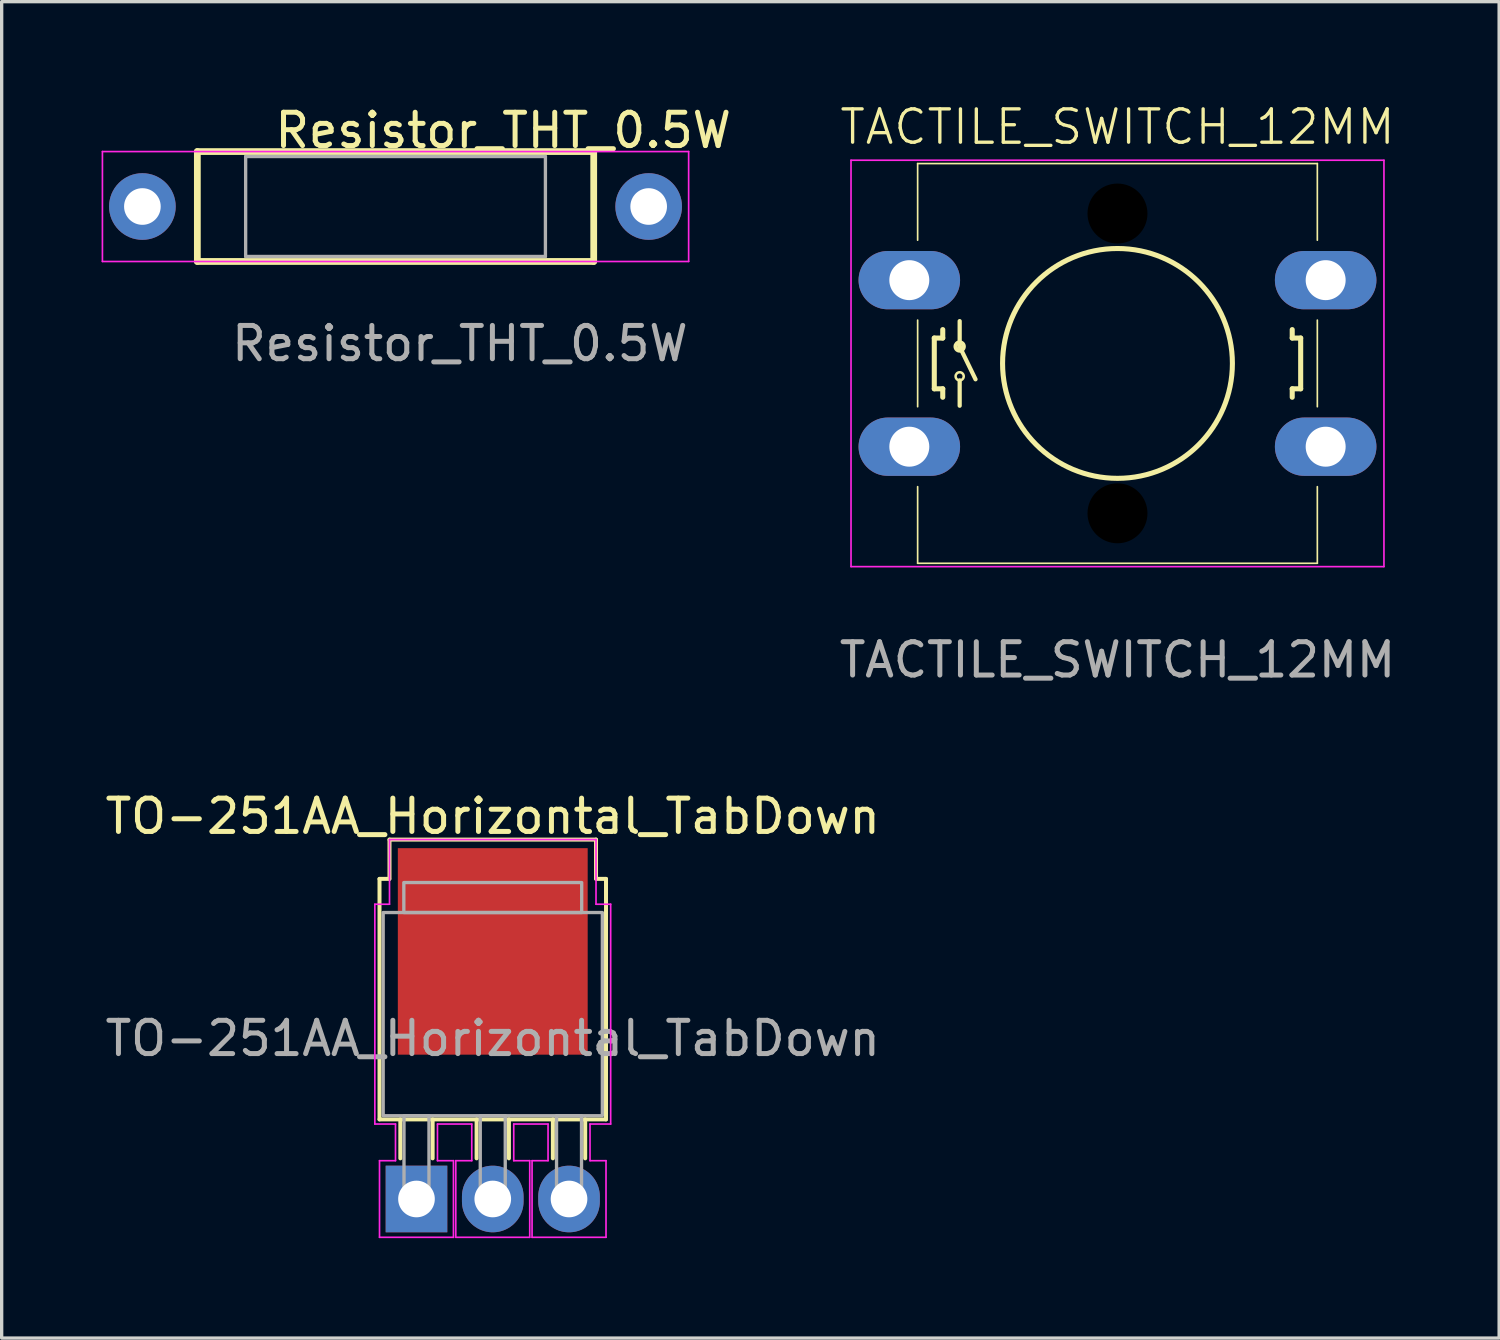
<source format=kicad_pcb>
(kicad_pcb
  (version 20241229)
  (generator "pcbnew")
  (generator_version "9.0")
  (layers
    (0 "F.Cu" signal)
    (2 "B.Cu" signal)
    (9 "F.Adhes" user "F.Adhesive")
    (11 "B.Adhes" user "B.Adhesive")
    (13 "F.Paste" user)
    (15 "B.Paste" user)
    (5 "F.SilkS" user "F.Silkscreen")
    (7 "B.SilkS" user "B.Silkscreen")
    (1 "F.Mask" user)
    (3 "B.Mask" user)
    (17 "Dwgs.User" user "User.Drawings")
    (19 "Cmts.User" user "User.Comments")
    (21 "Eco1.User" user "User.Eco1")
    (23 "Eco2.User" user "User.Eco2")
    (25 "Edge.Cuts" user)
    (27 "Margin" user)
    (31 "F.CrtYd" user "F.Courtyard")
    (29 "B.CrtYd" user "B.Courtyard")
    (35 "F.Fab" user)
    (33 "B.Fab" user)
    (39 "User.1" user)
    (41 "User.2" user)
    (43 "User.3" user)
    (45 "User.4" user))
  (footprint "TACTILE_SWITCH_12MM"
    (layer "F.Cu")
    (at 30.5 7.861)
    (property "Reference" "TACTILE_SWITCH_12MM" (at 0 -7.1 0) (unlocked yes) (layer "F.SilkS") (effects (font (size 1 1) (thickness 0.1))))
    (attr board_only exclude_from_pos_files exclude_from_bom)
    (fp_line (start -6 -6) (end -6 -3.7) (stroke (width 0.05) (type solid)) (layer "F.SilkS"))
    (fp_line (start -6 -6) (end 6 -6) (stroke (width 0.05) (type solid)) (layer "F.SilkS"))
    (fp_line (start -6 -1.3) (end -6 1.3) (stroke (width 0.05) (type solid)) (layer "F.SilkS"))
    (fp_line (start -6 3.7) (end -6 6) (stroke (width 0.05) (type solid)) (layer "F.SilkS"))
    (fp_line (start -6 6) (end 6 6) (stroke (width 0.05) (type solid)) (layer "F.SilkS"))
    (fp_line (start -5.5 -0.762) (end -5.5 0.762) (stroke (width 0.152) (type solid)) (layer "F.SilkS"))
    (fp_line (start -5.5 -0.762) (end -5.246 -0.762) (stroke (width 0.152) (type solid)) (layer "F.SilkS"))
    (fp_line (start -5.246 -0.762) (end -5.246 -1.016) (stroke (width 0.152) (type solid)) (layer "F.SilkS"))
    (fp_line (start -5.246 0.762) (end -5.5 0.762) (stroke (width 0.152) (type solid)) (layer "F.SilkS"))
    (fp_line (start -5.246 0.762) (end -5.246 1.016) (stroke (width 0.152) (type solid)) (layer "F.SilkS"))
    (fp_line (start -4.738 -1.27) (end -4.738 -0.508) (stroke (width 0.127) (type solid)) (layer "F.SilkS"))
    (fp_line (start -4.738 -0.502) (end -4.262 0.476) (stroke (width 0.127) (type solid)) (layer "F.SilkS"))
    (fp_line (start -4.738 0.508) (end -4.738 1.27) (stroke (width 0.127) (type solid)) (layer "F.SilkS"))
    (fp_line (start 5.246 -0.762) (end 5.246 -1.016) (stroke (width 0.152) (type solid)) (layer "F.SilkS"))
    (fp_line (start 5.246 -0.762) (end 5.5 -0.762) (stroke (width 0.152) (type solid)) (layer "F.SilkS"))
    (fp_line (start 5.246 0.762) (end 5.246 1.016) (stroke (width 0.152) (type solid)) (layer "F.SilkS"))
    (fp_line (start 5.5 0.762) (end 5.246 0.762) (stroke (width 0.152) (type solid)) (layer "F.SilkS"))
    (fp_line (start 5.5 0.762) (end 5.5 -0.762) (stroke (width 0.152) (type solid)) (layer "F.SilkS"))
    (fp_line (start 6 -6) (end 6 -3.7) (stroke (width 0.05) (type solid)) (layer "F.SilkS"))
    (fp_line (start 6 -1.3) (end 6 1.3) (stroke (width 0.05) (type solid)) (layer "F.SilkS"))
    (fp_line (start 6 3.7) (end 6 6) (stroke (width 0.05) (type solid)) (layer "F.SilkS"))
    (fp_circle (center -4.738 -0.508) (end -4.616 -0.508) (stroke (width 0.127) (type solid)) (fill no) (layer "F.SilkS"))
    (fp_circle (center -4.738 0.387) (end -4.616 0.387) (stroke (width 0.076) (type solid)) (fill no) (layer "F.SilkS"))
    (fp_circle (center 0 0) (end 3.45 0) (stroke (width 0.152) (type solid)) (fill no) (layer "F.SilkS"))
    (fp_line (start -8 -6.1) (end -8 6.1) (stroke (width 0.05) (type solid)) (layer "F.CrtYd"))
    (fp_line (start -8 -6.1) (end 8 -6.1) (stroke (width 0.05) (type solid)) (layer "F.CrtYd"))
    (fp_line (start -8 6.1) (end 8 6.1) (stroke (width 0.05) (type solid)) (layer "F.CrtYd"))
    (fp_line (start 8 -6.1) (end 8 6.1) (stroke (width 0.05) (type solid)) (layer "F.CrtYd"))
    (fp_text user "${REFERENCE}" (at 0 8.9 0) (unlocked yes) (layer "F.Fab") (effects (font (size 1 1) (thickness 0.15))))
    (pad "" np_thru_hole circle (at 0 -4.5) (size 3.048 3.048) (drill 1.8) (layers))
    (pad "" np_thru_hole oval (at 0 4.5) (size 3.048 1.624) (drill 1.8) (layers))
    (pad "1" thru_hole oval (at 6.25 2.5) (size 3.048 1.75) (drill 1.2) (layers "*.Cu" "*.Mask"))
    (pad "2" thru_hole oval (at -6.25 2.5) (size 3.048 1.75) (drill 1.2) (layers "*.Cu" "*.Mask"))
    (pad "3" thru_hole oval (at 6.25 -2.5) (size 3.048 1.75) (drill 1.2) (layers "*.Cu" "*.Mask"))
    (pad "4" thru_hole oval (at -6.25 -2.5) (size 3.048 1.75) (drill 1.2) (layers "*.Cu" "*.Mask")))
  (footprint "TO-251AA_Horizontal_TabDown"
    (layer "F.Cu")
    (at 9.454 32.947)
    (property "Reference" "TO-251AA_Horizontal_TabDown" (at 2.29 -11.49 0) (layer "F.SilkS") (effects (font (size 1 1) (thickness 0.15))))
    (attr through_hole)
    (fp_line (start -1.11 -9.61) (end -0.82 -9.61) (stroke (width 0.12) (type solid)) (layer "F.SilkS"))
    (fp_line (start -1.11 -2.39) (end -1.11 -9.61) (stroke (width 0.12) (type solid)) (layer "F.SilkS"))
    (fp_line (start -1.11 -2.39) (end 5.69 -2.39) (stroke (width 0.12) (type solid)) (layer "F.SilkS"))
    (fp_line (start -0.81 -10.79) (end -0.81 -9.61) (stroke (width 0.12) (type solid)) (layer "F.SilkS"))
    (fp_line (start -0.81 -10.79) (end 5.39 -10.79) (stroke (width 0.12) (type solid)) (layer "F.SilkS"))
    (fp_line (start -0.485 -2.39) (end -0.485 -1.22) (stroke (width 0.12) (type solid)) (layer "F.SilkS"))
    (fp_line (start 0.485 -2.39) (end 0.485 -1.22) (stroke (width 0.12) (type solid)) (layer "F.SilkS"))
    (fp_line (start 1.805 -2.39) (end 1.805 -1.22) (stroke (width 0.12) (type solid)) (layer "F.SilkS"))
    (fp_line (start 2.775 -2.39) (end 2.775 -1.22) (stroke (width 0.12) (type solid)) (layer "F.SilkS"))
    (fp_line (start 4.095 -2.39) (end 4.095 -1.22) (stroke (width 0.12) (type solid)) (layer "F.SilkS"))
    (fp_line (start 5.065 -2.39) (end 5.065 -1.22) (stroke (width 0.12) (type solid)) (layer "F.SilkS"))
    (fp_line (start 5.39 -10.79) (end 5.39 -9.61) (stroke (width 0.12) (type solid)) (layer "F.SilkS"))
    (fp_line (start 5.4 -9.61) (end 5.69 -9.61) (stroke (width 0.12) (type solid)) (layer "F.SilkS"))
    (fp_line (start 5.69 -2.39) (end 5.69 -9.61) (stroke (width 0.12) (type solid)) (layer "F.SilkS"))
    (fp_line (start -1.25 -8.85) (end -0.81 -8.85) (stroke (width 0.05) (type solid)) (layer "F.CrtYd"))
    (fp_line (start -1.25 -2.25) (end -1.25 -8.85) (stroke (width 0.05) (type solid)) (layer "F.CrtYd"))
    (fp_line (start -1.11 -1.15) (end -0.63 -1.15) (stroke (width 0.05) (type solid)) (layer "F.CrtYd"))
    (fp_line (start -1.11 1.15) (end -1.11 -1.15) (stroke (width 0.05) (type solid)) (layer "F.CrtYd"))
    (fp_line (start -0.81 -10.79) (end 5.39 -10.79) (stroke (width 0.05) (type solid)) (layer "F.CrtYd"))
    (fp_line (start -0.81 -8.85) (end -0.81 -10.79) (stroke (width 0.05) (type solid)) (layer "F.CrtYd"))
    (fp_line (start -0.63 -2.25) (end -1.25 -2.25) (stroke (width 0.05) (type solid)) (layer "F.CrtYd"))
    (fp_line (start -0.63 -1.15) (end -0.63 -2.25) (stroke (width 0.05) (type solid)) (layer "F.CrtYd"))
    (fp_line (start 0.63 -2.25) (end 0.63 -1.15) (stroke (width 0.05) (type solid)) (layer "F.CrtYd"))
    (fp_line (start 0.63 -1.15) (end 1.11 -1.15) (stroke (width 0.05) (type solid)) (layer "F.CrtYd"))
    (fp_line (start 1.11 -1.15) (end 1.11 1.15) (stroke (width 0.05) (type solid)) (layer "F.CrtYd"))
    (fp_line (start 1.11 1.15) (end -1.11 1.15) (stroke (width 0.05) (type solid)) (layer "F.CrtYd"))
    (fp_line (start 1.18 -1.15) (end 1.66 -1.15) (stroke (width 0.05) (type solid)) (layer "F.CrtYd"))
    (fp_line (start 1.18 1.15) (end 1.18 -1.15) (stroke (width 0.05) (type solid)) (layer "F.CrtYd"))
    (fp_line (start 1.66 -2.25) (end 0.63 -2.25) (stroke (width 0.05) (type solid)) (layer "F.CrtYd"))
    (fp_line (start 1.66 -1.15) (end 1.66 -2.25) (stroke (width 0.05) (type solid)) (layer "F.CrtYd"))
    (fp_line (start 2.92 -2.25) (end 2.92 -1.15) (stroke (width 0.05) (type solid)) (layer "F.CrtYd"))
    (fp_line (start 2.92 -1.15) (end 3.4 -1.15) (stroke (width 0.05) (type solid)) (layer "F.CrtYd"))
    (fp_line (start 3.4 -1.15) (end 3.4 1.15) (stroke (width 0.05) (type solid)) (layer "F.CrtYd"))
    (fp_line (start 3.4 1.15) (end 1.18 1.15) (stroke (width 0.05) (type solid)) (layer "F.CrtYd"))
    (fp_line (start 3.47 -1.15) (end 3.95 -1.15) (stroke (width 0.05) (type solid)) (layer "F.CrtYd"))
    (fp_line (start 3.47 1.15) (end 3.47 -1.15) (stroke (width 0.05) (type solid)) (layer "F.CrtYd"))
    (fp_line (start 3.95 -2.25) (end 2.92 -2.25) (stroke (width 0.05) (type solid)) (layer "F.CrtYd"))
    (fp_line (start 3.95 -1.15) (end 3.95 -2.25) (stroke (width 0.05) (type solid)) (layer "F.CrtYd"))
    (fp_line (start 5.21 -2.25) (end 5.21 -1.15) (stroke (width 0.05) (type solid)) (layer "F.CrtYd"))
    (fp_line (start 5.21 -1.15) (end 5.69 -1.15) (stroke (width 0.05) (type solid)) (layer "F.CrtYd"))
    (fp_line (start 5.39 -10.79) (end 5.39 -8.85) (stroke (width 0.05) (type solid)) (layer "F.CrtYd"))
    (fp_line (start 5.39 -8.85) (end 5.83 -8.85) (stroke (width 0.05) (type solid)) (layer "F.CrtYd"))
    (fp_line (start 5.69 -1.15) (end 5.69 1.15) (stroke (width 0.05) (type solid)) (layer "F.CrtYd"))
    (fp_line (start 5.69 1.15) (end 3.47 1.15) (stroke (width 0.05) (type solid)) (layer "F.CrtYd"))
    (fp_line (start 5.83 -8.85) (end 5.83 -2.25) (stroke (width 0.05) (type solid)) (layer "F.CrtYd"))
    (fp_line (start 5.83 -2.25) (end 5.21 -2.25) (stroke (width 0.05) (type solid)) (layer "F.CrtYd"))
    (fp_rect (start -1 -8.6) (end 5.58 -2.5) (stroke (width 0.1) (type solid)) (fill no) (layer "F.Fab"))
    (fp_rect (start -0.38 -9.5) (end 4.96 -8.6) (stroke (width 0.1) (type solid)) (fill no) (layer "F.Fab"))
    (fp_rect (start -0.375 -2.5) (end 0.375 0) (stroke (width 0.1) (type solid)) (fill no) (layer "F.Fab"))
    (fp_rect (start 1.915 -2.5) (end 2.665 0) (stroke (width 0.1) (type solid)) (fill no) (layer "F.Fab"))
    (fp_rect (start 4.205 -2.5) (end 4.955 0) (stroke (width 0.1) (type solid)) (fill no) (layer "F.Fab"))
    (fp_text user "${REFERENCE}" (at 2.29 -4.82 0) (layer "F.Fab") (effects (font (size 1 1) (thickness 0.15))))
    (pad "4" smd rect (at 2.29 -7.433) (size 5.7 6.2) (layers "F.Cu" "F.Mask" "F.Paste"))
    (pad "D" thru_hole oval (at 2.29 0) (size 1.85 2) (drill 1.1) (layers "*.Cu" "*.Mask"))
    (pad "G" thru_hole rect (at 0 0) (size 1.85 2) (drill 1.1) (layers "*.Cu" "*.Mask"))
    (pad "S" thru_hole oval (at 4.58 0) (size 1.85 2) (drill 1.1) (layers "*.Cu" "*.Mask")))
  (footprint "Resistor_THT_0.5W"
    (layer "F.Cu")
    (at 8.825 3.15)
    (property "Reference" "Resistor_THT_0.5W" (at -3.7 -1.7 0) (unlocked yes) (layer "F.SilkS") (effects (font (size 1 1) (thickness 0.15)) (justify left bottom)))
    (fp_line (start -5.95 -1.65) (end 5.95 -1.65) (stroke (width 0.203) (type solid)) (layer "F.SilkS"))
    (fp_line (start -5.95 1.65) (end -5.95 -1.65) (stroke (width 0.203) (type solid)) (layer "F.SilkS"))
    (fp_line (start 5.95 -1.65) (end 5.95 1.65) (stroke (width 0.203) (type solid)) (layer "F.SilkS"))
    (fp_line (start 5.95 1.65) (end -5.95 1.65) (stroke (width 0.203) (type solid)) (layer "F.SilkS"))
    (fp_line (start -8.8 -1.65) (end -8.8 1.65) (stroke (width 0.05) (type solid)) (layer "F.CrtYd"))
    (fp_line (start -8.8 1.65) (end 8.8 1.65) (stroke (width 0.05) (type solid)) (layer "F.CrtYd"))
    (fp_line (start 8.8 -1.65) (end -8.8 -1.65) (stroke (width 0.05) (type solid)) (layer "F.CrtYd"))
    (fp_line (start 8.8 1.65) (end 8.8 -1.65) (stroke (width 0.05) (type solid)) (layer "F.CrtYd"))
    (fp_line (start -4.5 -1.5) (end 4.5 -1.5) (stroke (width 0.1) (type solid)) (layer "F.Fab"))
    (fp_line (start -4.5 1.5) (end -4.5 -1.5) (stroke (width 0.1) (type solid)) (layer "F.Fab"))
    (fp_line (start 4.5 -1.5) (end 4.5 1.5) (stroke (width 0.1) (type solid)) (layer "F.Fab"))
    (fp_line (start 4.5 1.5) (end -4.5 1.5) (stroke (width 0.1) (type solid)) (layer "F.Fab"))
    (fp_text user "${REFERENCE}" (at -5 4.7 0) (unlocked yes) (layer "F.Fab") (effects (font (size 1 1) (thickness 0.15)) (justify left bottom)))
    (pad "P$1" thru_hole circle (at -7.6 0) (size 2 2) (drill 1.1) (layers "*.Cu" "*.Mask"))
    (pad "P$2" thru_hole circle (at 7.6 0) (size 2 2) (drill 1.1) (layers "*.Cu" "*.Mask")))
  (gr_rect
    (start -3 -3)
    (end 41.958 37.122)
    (stroke (width 0.1) (type default))
    (fill no)
    (layer "Edge.Cuts")))
</source>
